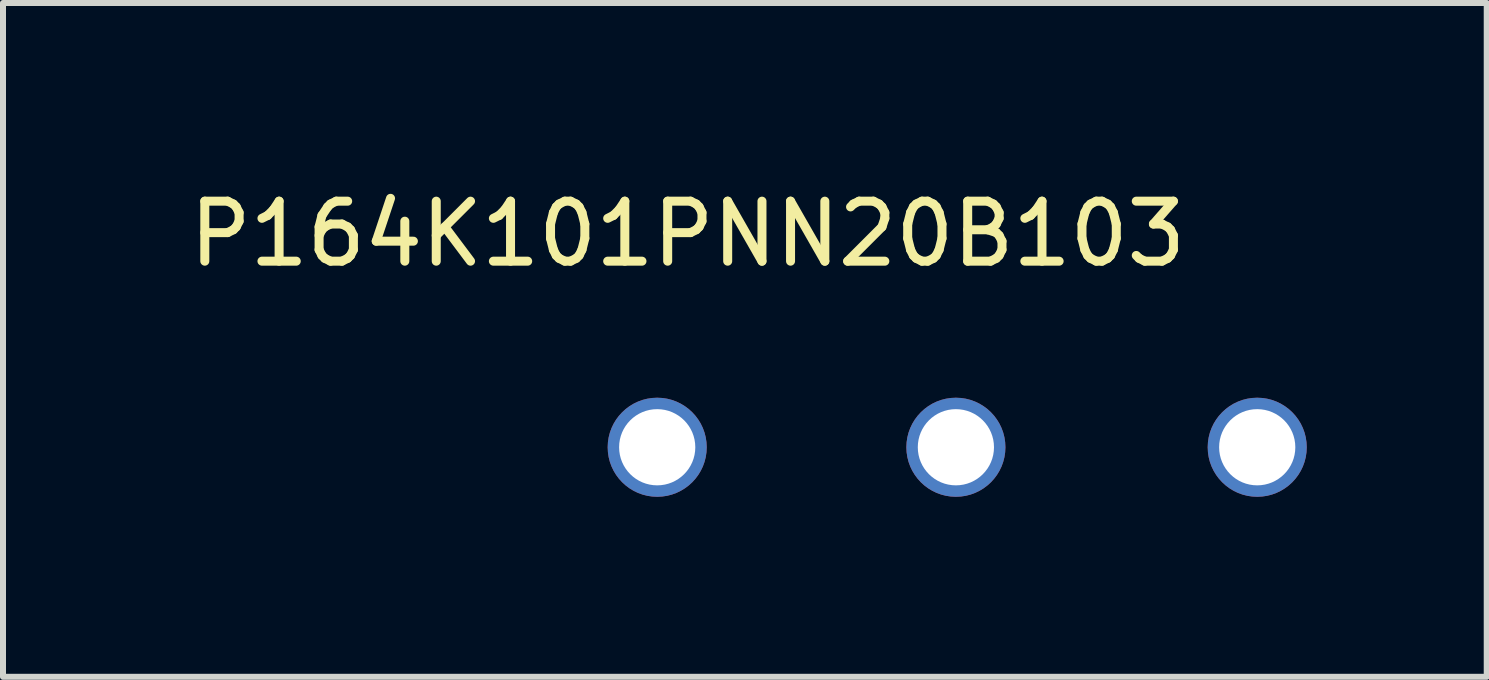
<source format=kicad_pcb>
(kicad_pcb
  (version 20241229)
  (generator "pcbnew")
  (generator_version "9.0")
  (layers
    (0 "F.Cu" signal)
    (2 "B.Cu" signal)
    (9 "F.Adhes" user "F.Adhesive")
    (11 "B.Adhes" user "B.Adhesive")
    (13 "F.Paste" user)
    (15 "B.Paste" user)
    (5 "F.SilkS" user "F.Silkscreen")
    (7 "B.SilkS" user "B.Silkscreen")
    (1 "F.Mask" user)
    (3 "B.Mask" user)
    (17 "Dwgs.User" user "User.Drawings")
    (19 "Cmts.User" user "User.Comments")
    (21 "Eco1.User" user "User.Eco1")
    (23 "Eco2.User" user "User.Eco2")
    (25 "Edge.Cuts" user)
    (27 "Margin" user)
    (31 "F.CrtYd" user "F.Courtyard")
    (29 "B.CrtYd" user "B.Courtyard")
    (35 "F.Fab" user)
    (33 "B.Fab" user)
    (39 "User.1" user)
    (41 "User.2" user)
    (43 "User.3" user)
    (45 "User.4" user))
  (footprint "P164K101PNN20B103"
    (layer "F.Cu")
    (at 12.729 4.404)
    (property "Reference" "P164K101PNN20B103" (at -4.318 -3.556 0) (layer "F.SilkS") (effects (font (size 1 1) (thickness 0.15))))
    (attr through_hole)
    (pad "1" thru_hole circle (at -4.826 0) (size 1.651 1.651) (drill 1.27) (layers "*.Cu" "*.Mask"))
    (pad "2" thru_hole circle (at 0.152 0) (size 1.651 1.651) (drill 1.27) (layers "*.Cu" "*.Mask"))
    (pad "3" thru_hole circle (at 5.174 0) (size 1.651 1.651) (drill 1.27) (layers "*.Cu" "*.Mask")))
  (gr_rect
    (start -3 -3)
    (end 21.728 8.23)
    (stroke (width 0.1) (type default))
    (fill no)
    (layer "Edge.Cuts")))
</source>
